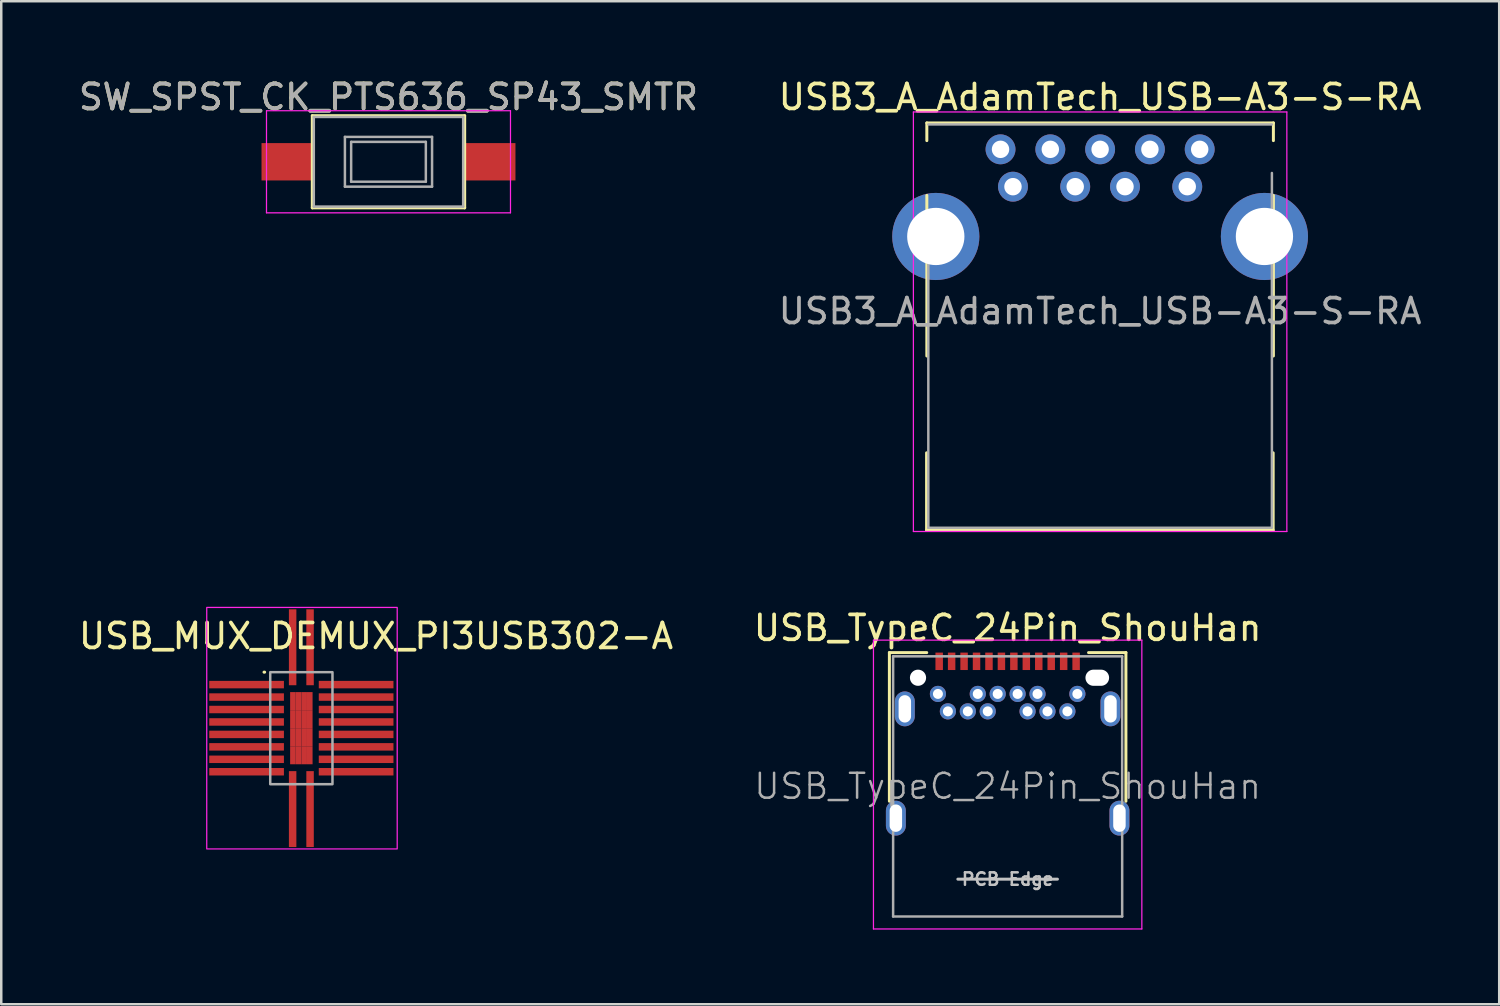
<source format=kicad_pcb>
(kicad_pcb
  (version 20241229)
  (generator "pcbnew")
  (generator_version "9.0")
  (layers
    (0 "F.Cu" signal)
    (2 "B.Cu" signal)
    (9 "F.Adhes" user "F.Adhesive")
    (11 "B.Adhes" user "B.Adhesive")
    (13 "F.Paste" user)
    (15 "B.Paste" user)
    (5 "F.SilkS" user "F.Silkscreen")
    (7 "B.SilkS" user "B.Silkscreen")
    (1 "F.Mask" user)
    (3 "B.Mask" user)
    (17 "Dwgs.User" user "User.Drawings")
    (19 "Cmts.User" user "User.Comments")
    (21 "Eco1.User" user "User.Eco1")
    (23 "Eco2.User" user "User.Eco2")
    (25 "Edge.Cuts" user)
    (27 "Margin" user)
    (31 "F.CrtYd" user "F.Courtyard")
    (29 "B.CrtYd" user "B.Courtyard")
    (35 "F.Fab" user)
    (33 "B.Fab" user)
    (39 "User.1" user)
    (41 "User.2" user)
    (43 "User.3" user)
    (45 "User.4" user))
  (footprint "USB3_A_AdamTech_USB-A3-S-RA"
    (layer "F.Cu")
    (at 37.637 4.448)
    (property "Reference" "USB3_A_AdamTech_USB-A3-S-RA" (at 3.5 -3.6 0) (layer "F.SilkS") (effects (font (size 1 1) (thickness 0.15))))
    (attr through_hole)
    (fp_line (start -3.47 13.8) (end -3.47 10.69) (stroke (width 0.12) (type solid)) (layer "F.SilkS"))
    (fp_line (start -3.47 13.8) (end 10.45 13.8) (stroke (width 0.12) (type solid)) (layer "F.SilkS"))
    (fp_line (start -3.46 -2.56) (end -3.46 -1.85) (stroke (width 0.12) (type solid)) (layer "F.SilkS"))
    (fp_line (start -3.46 -2.56) (end 10.46 -2.56) (stroke (width 0.12) (type solid)) (layer "F.SilkS"))
    (fp_line (start -3.46 6.8) (end -3.46 0.35) (stroke (width 0.12) (type solid)) (layer "F.SilkS"))
    (fp_line (start 10.45 13.8) (end 10.45 10.69) (stroke (width 0.12) (type solid)) (layer "F.SilkS"))
    (fp_line (start 10.46 -2.56) (end 10.46 -1.85) (stroke (width 0.12) (type solid)) (layer "F.SilkS"))
    (fp_line (start 10.46 6.8) (end 10.46 0.35) (stroke (width 0.12) (type solid)) (layer "F.SilkS"))
    (fp_line (start -4 -3) (end 11 -3) (stroke (width 0.05) (type solid)) (layer "F.CrtYd"))
    (fp_line (start -4 13.85) (end -4 -3) (stroke (width 0.05) (type solid)) (layer "F.CrtYd"))
    (fp_line (start 11 -3) (end 11 13.85) (stroke (width 0.05) (type solid)) (layer "F.CrtYd"))
    (fp_line (start 11 13.85) (end -4 13.85) (stroke (width 0.05) (type solid)) (layer "F.CrtYd"))
    (fp_line (start -3.4 -2.5) (end 10.4 -2.5) (stroke (width 0.1) (type solid)) (layer "F.Fab"))
    (fp_line (start -3.4 13.7) (end -3.4 2.525) (stroke (width 0.1) (type solid)) (layer "F.Fab"))
    (fp_line (start 10.35 13.7) (end -3.4 13.7) (stroke (width 0.1) (type solid)) (layer "F.Fab"))
    (fp_line (start 10.4 -0.55) (end 10.4 13.7) (stroke (width 0.1) (type solid)) (layer "F.Fab"))
    (fp_text user "${REFERENCE}" (at 3.5 5 0) (layer "F.Fab") (effects (font (size 1 1) (thickness 0.15))))
    (pad "1" thru_hole circle (at 0 0) (size 1.2 1.2) (drill 0.7) (layers "*.Cu" "*.Mask"))
    (pad "2" thru_hole circle (at 2.5 0) (size 1.2 1.2) (drill 0.7) (layers "*.Cu" "*.Mask"))
    (pad "3" thru_hole circle (at 4.5 0) (size 1.2 1.2) (drill 0.7) (layers "*.Cu" "*.Mask"))
    (pad "4" thru_hole circle (at 7 0) (size 1.2 1.2) (drill 0.7) (layers "*.Cu" "*.Mask"))
    (pad "5" thru_hole circle (at 7.5 -1.5) (size 1.2 1.2) (drill 0.7) (layers "*.Cu" "*.Mask"))
    (pad "6" thru_hole circle (at 5.5 -1.5) (size 1.2 1.2) (drill 0.7) (layers "*.Cu" "*.Mask"))
    (pad "7" thru_hole circle (at 3.5 -1.5) (size 1.2 1.2) (drill 0.7) (layers "*.Cu" "*.Mask"))
    (pad "8" thru_hole circle (at 1.5 -1.5) (size 1.2 1.2) (drill 0.7) (layers "*.Cu" "*.Mask"))
    (pad "9" thru_hole circle (at -0.5 -1.5) (size 1.2 1.2) (drill 0.7) (layers "*.Cu" "*.Mask"))
    (pad "10" thru_hole circle (at -3.1 2) (size 3.5 3.5) (drill 2.3) (layers "*.Cu" "*.Mask"))
    (pad "10" thru_hole circle (at 10.1 2) (size 3.5 3.5) (drill 2.3) (layers "*.Cu" "*.Mask")))
  (footprint "SW_SPST_CK_PTS636_SP43_SMTR"
    (layer "F.Cu")
    (at 12.554 3.448)
    (property "Reference" "SW_SPST_CK_PTS636_SP43_SMTR" (at 0 -2.6 0) (layer "F.SilkS") (effects (font (size 1 1) (thickness 0.15))))
    (attr smd)
    (fp_line (start -3.06 -1.85) (end 3.06 -1.85) (stroke (width 0.12) (type solid)) (layer "F.SilkS"))
    (fp_line (start -3.06 1.85) (end -3.06 -1.85) (stroke (width 0.12) (type solid)) (layer "F.SilkS"))
    (fp_line (start 3.06 -1.85) (end 3.06 1.85) (stroke (width 0.12) (type solid)) (layer "F.SilkS"))
    (fp_line (start 3.06 1.85) (end -3.06 1.85) (stroke (width 0.12) (type solid)) (layer "F.SilkS"))
    (fp_line (start -4.9 -2.05) (end 4.9 -2.05) (stroke (width 0.05) (type solid)) (layer "F.CrtYd"))
    (fp_line (start -4.9 2.05) (end -4.9 -2.05) (stroke (width 0.05) (type solid)) (layer "F.CrtYd"))
    (fp_line (start 4.9 -2.05) (end 4.9 2.05) (stroke (width 0.05) (type solid)) (layer "F.CrtYd"))
    (fp_line (start 4.9 2.05) (end -4.9 2.05) (stroke (width 0.05) (type solid)) (layer "F.CrtYd"))
    (fp_line (start -3 -1.8) (end -3 1.8) (stroke (width 0.1) (type solid)) (layer "F.Fab"))
    (fp_line (start -3 -1.8) (end 3 -1.8) (stroke (width 0.1) (type solid)) (layer "F.Fab"))
    (fp_line (start -3 1.8) (end 3 1.8) (stroke (width 0.1) (type solid)) (layer "F.Fab"))
    (fp_line (start -1.75 -1) (end 1.75 -1) (stroke (width 0.1) (type solid)) (layer "F.Fab"))
    (fp_line (start -1.75 1) (end -1.75 -1) (stroke (width 0.1) (type solid)) (layer "F.Fab"))
    (fp_line (start -1.5 -0.8) (end -1.5 0.8) (stroke (width 0.1) (type solid)) (layer "F.Fab"))
    (fp_line (start -1.5 -0.8) (end 1.5 -0.8) (stroke (width 0.1) (type solid)) (layer "F.Fab"))
    (fp_line (start -1.5 0.8) (end 1.5 0.8) (stroke (width 0.1) (type solid)) (layer "F.Fab"))
    (fp_line (start 1.5 -0.8) (end 1.5 0.8) (stroke (width 0.1) (type solid)) (layer "F.Fab"))
    (fp_line (start 1.75 -1) (end 1.75 1) (stroke (width 0.1) (type solid)) (layer "F.Fab"))
    (fp_line (start 1.75 1) (end -1.75 1) (stroke (width 0.1) (type solid)) (layer "F.Fab"))
    (fp_line (start 3 -1.8) (end 3 1.8) (stroke (width 0.1) (type solid)) (layer "F.Fab"))
    (fp_text user "${REFERENCE}" (at 0 -2.6 0) (layer "F.Fab") (effects (font (size 1 1) (thickness 0.15))))
    (pad "1" smd rect (at -4.1 0) (size 2 1.5) (layers "F.Cu" "F.Mask" "F.Paste"))
    (pad "2" smd rect (at 4.1 0) (size 2 1.5) (layers "F.Cu" "F.Mask" "F.Paste")))
  (footprint "USB_TypeC_24Pin_ShouHan"
    (layer "F.Cu")
    (at 37.423 28.532)
    (property "Reference" "USB_TypeC_24Pin_ShouHan" (at 0 -6.36 0) (layer "F.SilkS") (effects (font (size 1 1) (thickness 0.15))))
    (attr smd)
    (fp_line (start -4.75 -5.37) (end -4.75 0.6) (stroke (width 0.12) (type solid)) (layer "F.SilkS"))
    (fp_line (start -4.75 -5.37) (end -3.25 -5.37) (stroke (width 0.12) (type solid)) (layer "F.SilkS"))
    (fp_line (start 3.25 -5.37) (end 4.75 -5.37) (stroke (width 0.12) (type solid)) (layer "F.SilkS"))
    (fp_line (start 4.75 -5.37) (end 4.75 0.6) (stroke (width 0.12) (type solid)) (layer "F.SilkS"))
    (fp_line (start -2 3.73) (end 2 3.73) (stroke (width 0.12) (type solid)) (layer "Dwgs.User"))
    (fp_line (start -5.39 -5.87) (end 5.39 -5.87) (stroke (width 0.05) (type solid)) (layer "F.CrtYd"))
    (fp_line (start -5.39 5.73) (end -5.39 -5.87) (stroke (width 0.05) (type solid)) (layer "F.CrtYd"))
    (fp_line (start 5.39 -5.87) (end 5.39 5.73) (stroke (width 0.05) (type solid)) (layer "F.CrtYd"))
    (fp_line (start 5.39 5.73) (end -5.39 5.73) (stroke (width 0.05) (type solid)) (layer "F.CrtYd"))
    (fp_line (start -4.6 -5.22) (end 4.6 -5.22) (stroke (width 0.1) (type solid)) (layer "F.Fab"))
    (fp_line (start -4.6 5.23) (end -4.6 -5.22) (stroke (width 0.1) (type solid)) (layer "F.Fab"))
    (fp_line (start -4.6 5.23) (end 4.6 5.23) (stroke (width 0.1) (type solid)) (layer "F.Fab"))
    (fp_line (start 4.6 5.23) (end 4.6 -5.22) (stroke (width 0.1) (type solid)) (layer "F.Fab"))
    (fp_text user "PCB Edge" (at 0 3.73 0) (layer "Dwgs.User") (effects (font (size 0.5 0.5) (thickness 0.1))))
    (fp_text user "${REFERENCE}" (at 0 0 0) (layer "F.Fab") (effects (font (size 1 1) (thickness 0.1))))
    (pad "" np_thru_hole circle (at -3.6 -4.36) (size 0.65 0.65) (drill 0.65) (layers "*.Cu" "*.Mask"))
    (pad "" np_thru_hole oval (at 3.6 -4.36) (size 0.95 0.65) (drill oval 0.95 0.65) (layers "*.Cu" "*.Mask"))
    (pad "A1" smd rect (at -2.75 -5.02) (size 0.3 0.7) (layers "F.Cu" "F.Mask" "F.Paste"))
    (pad "A2" smd rect (at -2.25 -5.02) (size 0.3 0.7) (layers "F.Cu" "F.Mask" "F.Paste"))
    (pad "A3" smd rect (at -1.75 -5.02) (size 0.3 0.7) (layers "F.Cu" "F.Mask" "F.Paste"))
    (pad "A4" smd rect (at -1.25 -5.02) (size 0.3 0.7) (layers "F.Cu" "F.Mask" "F.Paste"))
    (pad "A5" smd rect (at -0.75 -5.02) (size 0.3 0.7) (layers "F.Cu" "F.Mask" "F.Paste"))
    (pad "A6" smd rect (at -0.25 -5.02) (size 0.3 0.7) (layers "F.Cu" "F.Mask" "F.Paste"))
    (pad "A7" smd rect (at 0.25 -5.02) (size 0.3 0.7) (layers "F.Cu" "F.Mask" "F.Paste"))
    (pad "A8" smd rect (at 0.75 -5.02) (size 0.3 0.7) (layers "F.Cu" "F.Mask" "F.Paste"))
    (pad "A9" smd rect (at 1.25 -5.02) (size 0.3 0.7) (layers "F.Cu" "F.Mask" "F.Paste"))
    (pad "A10" smd rect (at 1.75 -5.02) (size 0.3 0.7) (layers "F.Cu" "F.Mask" "F.Paste"))
    (pad "A11" smd rect (at 2.25 -5.02) (size 0.3 0.7) (layers "F.Cu" "F.Mask" "F.Paste"))
    (pad "A12" smd rect (at 2.75 -5.02) (size 0.3 0.7) (layers "F.Cu" "F.Mask" "F.Paste"))
    (pad "B1" thru_hole circle (at 2.8 -3.71) (size 0.65 0.65) (drill 0.4) (layers "*.Cu" "*.Mask"))
    (pad "B2" thru_hole circle (at 2.4 -3.01) (size 0.65 0.65) (drill 0.4) (layers "*.Cu" "*.Mask"))
    (pad "B3" thru_hole circle (at 1.6 -3.01) (size 0.65 0.65) (drill 0.4) (layers "*.Cu" "*.Mask"))
    (pad "B4" thru_hole circle (at 1.2 -3.71) (size 0.65 0.65) (drill 0.4) (layers "*.Cu" "*.Mask"))
    (pad "B5" thru_hole circle (at 0.8 -3.01) (size 0.65 0.65) (drill 0.4) (layers "*.Cu" "*.Mask"))
    (pad "B6" thru_hole circle (at 0.4 -3.71) (size 0.65 0.65) (drill 0.4) (layers "*.Cu" "*.Mask"))
    (pad "B7" thru_hole circle (at -0.4 -3.71) (size 0.65 0.65) (drill 0.4) (layers "*.Cu" "*.Mask"))
    (pad "B8" thru_hole circle (at -0.8 -3.01) (size 0.65 0.65) (drill 0.4) (layers "*.Cu" "*.Mask"))
    (pad "B9" thru_hole circle (at -1.2 -3.71) (size 0.65 0.65) (drill 0.4) (layers "*.Cu" "*.Mask"))
    (pad "B10" thru_hole circle (at -1.6 -3.01) (size 0.65 0.65) (drill 0.4) (layers "*.Cu" "*.Mask"))
    (pad "B11" thru_hole circle (at -2.4 -3.01) (size 0.65 0.65) (drill 0.4) (layers "*.Cu" "*.Mask"))
    (pad "B12" thru_hole circle (at -2.8 -3.71) (size 0.65 0.65) (drill 0.4) (layers "*.Cu" "*.Mask"))
    (pad "S1" thru_hole oval (at -4.49 1.28) (size 0.8 1.4) (drill oval 0.5 1.1) (layers "*.Cu" "*.Mask"))
    (pad "S1" thru_hole oval (at -4.13 -3.11) (size 0.8 1.4) (drill oval 0.5 1.1) (layers "*.Cu" "*.Mask"))
    (pad "S1" thru_hole oval (at 4.13 -3.11) (size 0.8 1.4) (drill oval 0.5 1.1) (layers "*.Cu" "*.Mask"))
    (pad "S1" thru_hole oval (at 4.49 1.28) (size 0.8 1.4) (drill oval 0.5 1.1) (layers "*.Cu" "*.Mask")))
  (footprint "USB_MUX_DEMUX_PI3USB302-A"
    (layer "F.Cu")
    (at 9.054 26.198)
    (property "Reference" "USB_MUX_DEMUX_PI3USB302-A" (at 3 -3.7 0) (layer "F.SilkS") (effects (font (size 1 1) (thickness 0.15))))
    (attr through_hole)
    (fp_line (start -1.5 -2.25) (end -1.475 -2.25) (stroke (width 0.12) (type solid)) (layer "F.SilkS"))
    (fp_rect (start -3.8 -4.85) (end 3.85 4.85) (stroke (width 0.05) (type solid)) (fill no) (layer "F.CrtYd"))
    (fp_rect (start 1.25 2.25) (end -1.25 -2.25) (stroke (width 0.1) (type solid)) (fill no) (layer "F.Fab"))
    (pad "1" smd rect (at -0.35 -3.25 180) (size 0.3 3.05) (layers "F.Cu" "F.Mask" "F.Paste"))
    (pad "2" smd rect (at -2.2 -1.75 270) (size 0.3 3) (layers "F.Cu" "F.Mask" "F.Paste"))
    (pad "3" smd rect (at -2.2 -1.25 270) (size 0.3 3) (layers "F.Cu" "F.Mask" "F.Paste"))
    (pad "4" smd rect (at -2.2 -0.75 270) (size 0.3 3) (layers "F.Cu" "F.Mask" "F.Paste"))
    (pad "5" smd rect (at -2.2 -0.25 270) (size 0.3 3) (layers "F.Cu" "F.Mask" "F.Paste"))
    (pad "6" smd rect (at -2.2 0.25 270) (size 0.3 3) (layers "F.Cu" "F.Mask" "F.Paste"))
    (pad "7" smd rect (at -2.2 0.75 270) (size 0.3 3) (layers "F.Cu" "F.Mask" "F.Paste"))
    (pad "8" smd rect (at -2.2 1.25 270) (size 0.3 3) (layers "F.Cu" "F.Mask" "F.Paste"))
    (pad "9" smd rect (at -2.2 1.75 270) (size 0.3 3) (layers "F.Cu" "F.Mask" "F.Paste"))
    (pad "10" smd rect (at -0.35 3.25 180) (size 0.3 3.05) (layers "F.Cu" "F.Mask" "F.Paste"))
    (pad "11" smd rect (at 0.35 3.25 180) (size 0.3 3.05) (layers "F.Cu" "F.Mask" "F.Paste"))
    (pad "12" smd rect (at 2.2 1.75 270) (size 0.3 3) (layers "F.Cu" "F.Mask" "F.Paste"))
    (pad "13" smd rect (at 2.2 1.25 270) (size 0.3 3) (layers "F.Cu" "F.Mask" "F.Paste"))
    (pad "14" smd rect (at 2.2 0.75 270) (size 0.3 3) (layers "F.Cu" "F.Mask" "F.Paste"))
    (pad "15" smd rect (at 2.2 0.25 270) (size 0.3 3) (layers "F.Cu" "F.Mask" "F.Paste"))
    (pad "16" smd rect (at 2.2 -0.25 270) (size 0.3 3) (layers "F.Cu" "F.Mask" "F.Paste"))
    (pad "17" smd rect (at 2.2 -0.75 270) (size 0.3 3) (layers "F.Cu" "F.Mask" "F.Paste"))
    (pad "18" smd rect (at 2.2 -1.25 270) (size 0.3 3) (layers "F.Cu" "F.Mask" "F.Paste"))
    (pad "19" smd rect (at 2.2 -1.75 270) (size 0.3 3) (layers "F.Cu" "F.Mask" "F.Paste"))
    (pad "20" smd rect (at -0.338 -1.087) (size 0.225 0.725) (layers "F.Cu" "F.Mask" "F.Paste"))
    (pad "20" smd rect (at -0.338 -0.362) (size 0.225 0.725) (layers "F.Cu" "F.Mask" "F.Paste"))
    (pad "20" smd rect (at -0.338 0.362) (size 0.225 0.725) (layers "F.Cu" "F.Mask" "F.Paste"))
    (pad "20" smd rect (at -0.338 1.087) (size 0.225 0.725) (layers "F.Cu" "F.Mask" "F.Paste"))
    (pad "20" smd rect (at -0.113 -1.087) (size 0.225 0.725) (layers "F.Cu" "F.Mask" "F.Paste"))
    (pad "20" smd rect (at -0.113 -0.362) (size 0.225 0.725) (layers "F.Cu" "F.Mask" "F.Paste"))
    (pad "20" smd rect (at -0.113 0.362) (size 0.225 0.725) (layers "F.Cu" "F.Mask" "F.Paste"))
    (pad "20" smd rect (at -0.113 1.087) (size 0.225 0.725) (layers "F.Cu" "F.Mask" "F.Paste"))
    (pad "20" smd rect (at 0.113 -1.087) (size 0.225 0.725) (layers "F.Cu" "F.Mask" "F.Paste"))
    (pad "20" smd rect (at 0.113 -0.362) (size 0.225 0.725) (layers "F.Cu" "F.Mask" "F.Paste"))
    (pad "20" smd rect (at 0.113 0.362) (size 0.225 0.725) (layers "F.Cu" "F.Mask" "F.Paste"))
    (pad "20" smd rect (at 0.113 1.087) (size 0.225 0.725) (layers "F.Cu" "F.Mask" "F.Paste"))
    (pad "20" smd rect (at 0.338 -1.087) (size 0.225 0.725) (layers "F.Cu" "F.Mask" "F.Paste"))
    (pad "20" smd rect (at 0.338 -0.362) (size 0.225 0.725) (layers "F.Cu" "F.Mask" "F.Paste"))
    (pad "20" smd rect (at 0.338 0.362) (size 0.225 0.725) (layers "F.Cu" "F.Mask" "F.Paste"))
    (pad "20" smd rect (at 0.338 1.087) (size 0.225 0.725) (layers "F.Cu" "F.Mask" "F.Paste"))
    (pad "20" smd rect (at 0.35 -3.25 180) (size 0.3 3.05) (layers "F.Cu" "F.Mask" "F.Paste")))
  (gr_rect
    (start -3 -3)
    (end 57.167 37.286)
    (stroke (width 0.1) (type default))
    (fill no)
    (layer "Edge.Cuts")))
</source>
